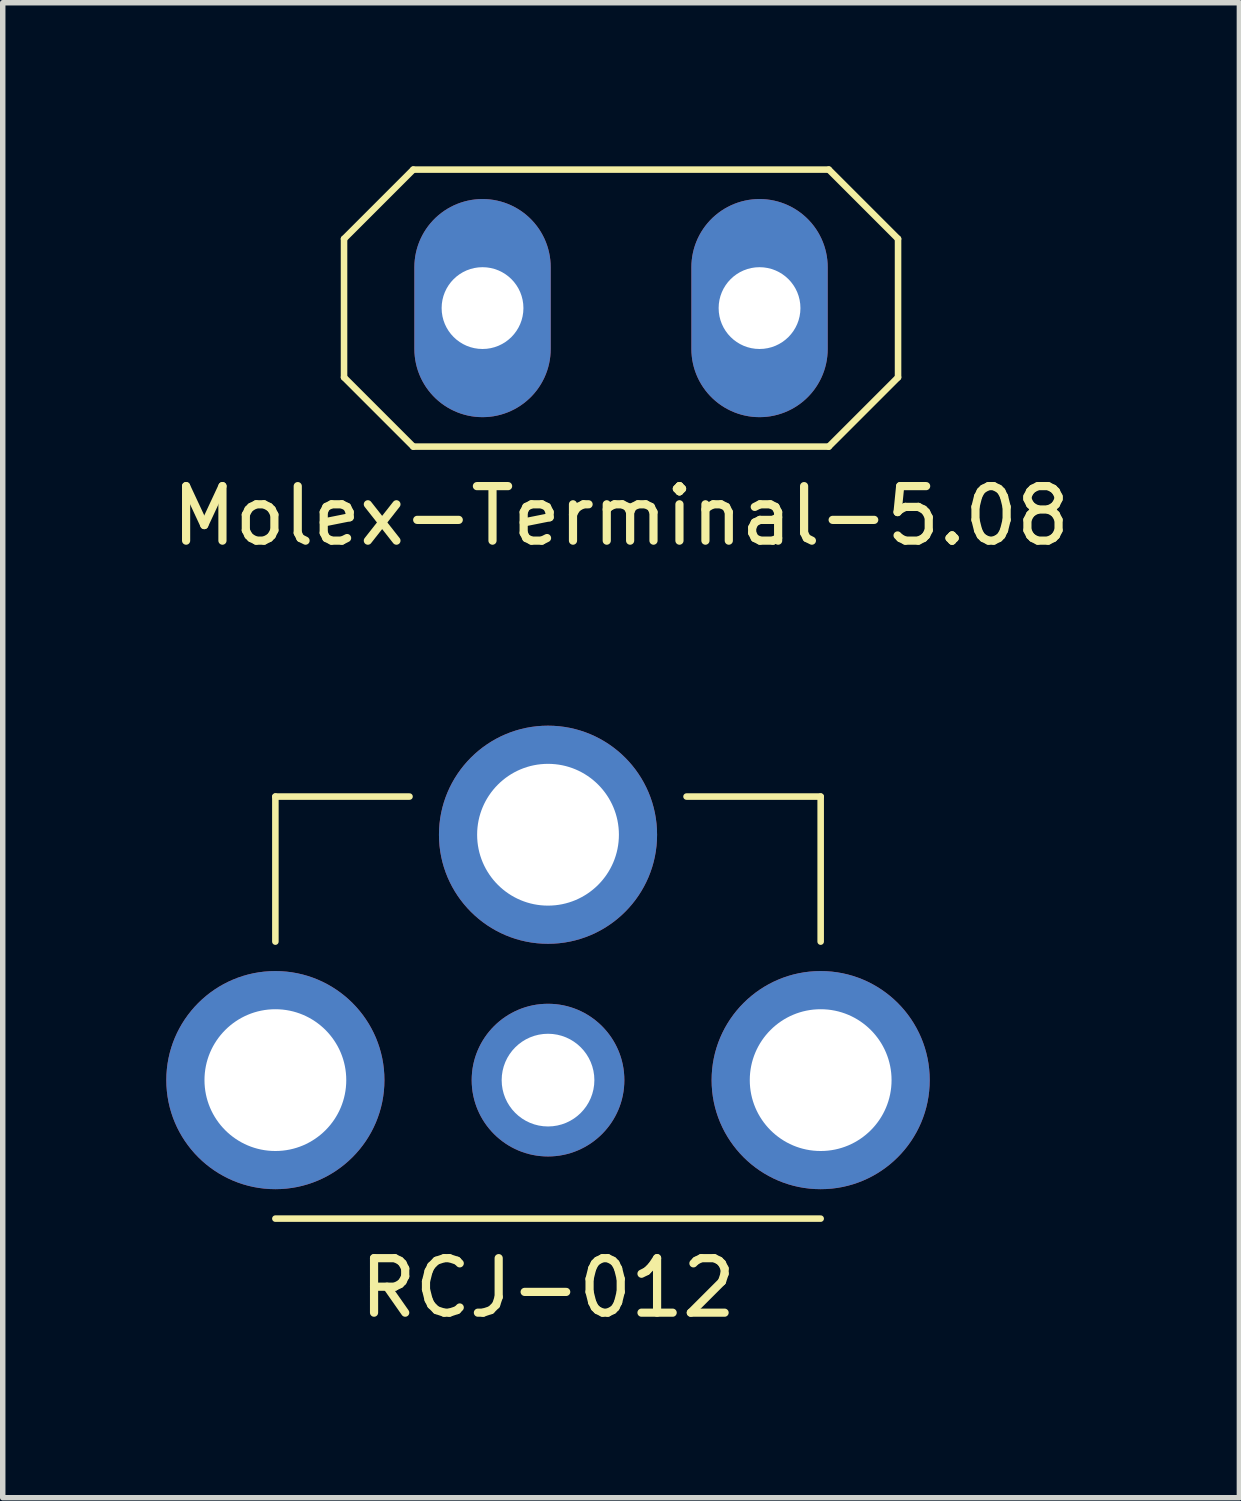
<source format=kicad_pcb>
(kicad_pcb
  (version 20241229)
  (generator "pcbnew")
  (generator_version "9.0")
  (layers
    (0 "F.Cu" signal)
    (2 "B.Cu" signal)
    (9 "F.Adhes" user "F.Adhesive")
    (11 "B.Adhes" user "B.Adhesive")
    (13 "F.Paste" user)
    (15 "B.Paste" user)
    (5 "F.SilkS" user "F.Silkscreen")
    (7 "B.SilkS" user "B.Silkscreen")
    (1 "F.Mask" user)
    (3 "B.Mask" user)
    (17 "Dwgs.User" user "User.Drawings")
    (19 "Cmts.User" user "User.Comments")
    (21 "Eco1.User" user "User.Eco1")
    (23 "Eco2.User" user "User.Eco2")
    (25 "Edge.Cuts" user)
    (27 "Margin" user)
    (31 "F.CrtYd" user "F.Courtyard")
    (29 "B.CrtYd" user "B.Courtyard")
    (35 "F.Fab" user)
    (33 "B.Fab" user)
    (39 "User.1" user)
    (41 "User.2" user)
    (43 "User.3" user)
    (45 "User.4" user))
  (footprint "Molex-Terminal-5.08"
    (layer "F.Cu")
    (at 8.339 2.6)
    (property "Reference" "Molex-Terminal-5.08" (at 0 3.81 0) (layer "F.SilkS") (effects (font (size 1 1) (thickness 0.15))))
    (attr through_hole)
    (fp_line (start -5.08 -1.27) (end -5.08 1.27) (stroke (width 0.12) (type solid)) (layer "F.SilkS"))
    (fp_line (start -5.08 1.27) (end -3.81 2.54) (stroke (width 0.12) (type solid)) (layer "F.SilkS"))
    (fp_line (start -3.81 -2.54) (end -5.08 -1.27) (stroke (width 0.12) (type solid)) (layer "F.SilkS"))
    (fp_line (start -3.81 2.54) (end 3.81 2.54) (stroke (width 0.12) (type solid)) (layer "F.SilkS"))
    (fp_line (start 3.81 -2.54) (end -3.81 -2.54) (stroke (width 0.12) (type solid)) (layer "F.SilkS"))
    (fp_line (start 3.81 2.54) (end 5.08 1.27) (stroke (width 0.12) (type solid)) (layer "F.SilkS"))
    (fp_line (start 5.08 -1.27) (end 3.81 -2.54) (stroke (width 0.12) (type solid)) (layer "F.SilkS"))
    (fp_line (start 5.08 1.27) (end 5.08 -1.27) (stroke (width 0.12) (type solid)) (layer "F.SilkS"))
    (pad "1" thru_hole oval (at -2.54 0) (size 2.5 4) (drill 1.5) (layers "*.Cu" "*.Mask"))
    (pad "1" thru_hole oval (at 2.54 0) (size 2.5 4) (drill 1.5) (layers "*.Cu" "*.Mask")))
  (footprint "RCJ-012"
    (layer "F.Cu")
    (at 7 16.758)
    (property "Reference" "RCJ-012" (at 0 3.81 0) (layer "F.SilkS") (effects (font (size 1 1) (thickness 0.15))))
    (attr through_hole)
    (fp_line (start -5 -5.2) (end -2.54 -5.2) (stroke (width 0.12) (type solid)) (layer "F.SilkS"))
    (fp_line (start -5 -2.54) (end -5 -5.2) (stroke (width 0.12) (type solid)) (layer "F.SilkS"))
    (fp_line (start -5 2.54) (end 5 2.54) (stroke (width 0.12) (type solid)) (layer "F.SilkS"))
    (fp_line (start 5 -5.2) (end 2.54 -5.2) (stroke (width 0.12) (type solid)) (layer "F.SilkS"))
    (fp_line (start 5 -2.54) (end 5 -5.2) (stroke (width 0.12) (type solid)) (layer "F.SilkS"))
    (pad "1" thru_hole circle (at 0 0) (size 2.8 2.8) (drill 1.7) (layers "*.Cu" "*.Mask"))
    (pad "2" thru_hole circle (at -5 0) (size 4 4) (drill 2.6) (layers "*.Cu" "*.Mask"))
    (pad "2" thru_hole circle (at 5 0) (size 4 4) (drill 2.6) (layers "*.Cu" "*.Mask"))
    (pad "3" thru_hole circle (at 0 -4.5) (size 4 4) (drill 2.6) (layers "*.Cu" "*.Mask")))
  (gr_rect
    (start -3 -3)
    (end 19.679 24.416)
    (stroke (width 0.1) (type default))
    (fill no)
    (layer "Edge.Cuts")))
</source>
